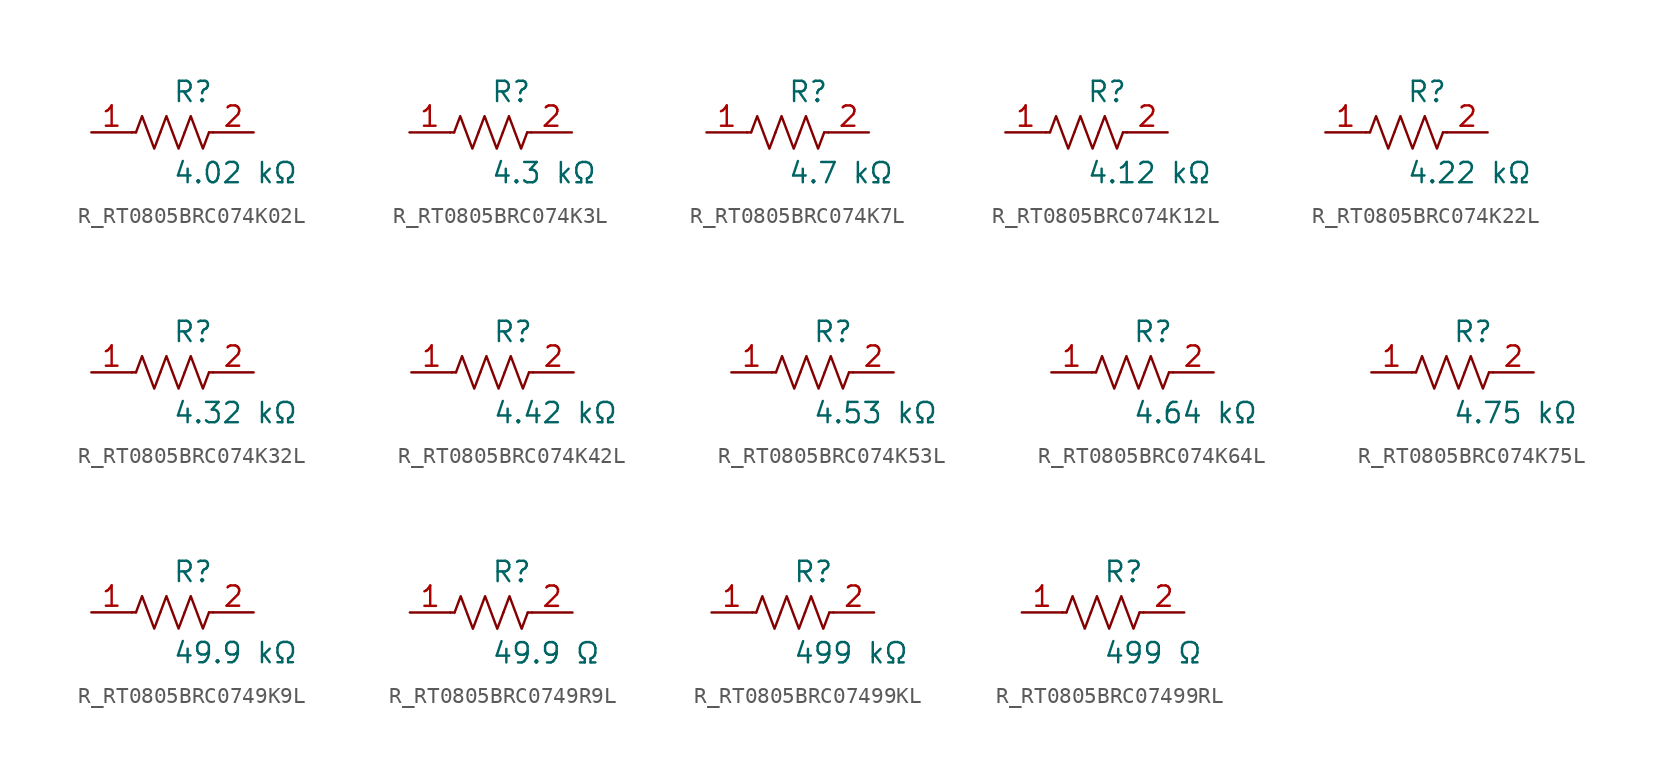
<source format=kicad_sym>
(kicad_symbol_lib
  (version 20231120)
  (generator kicad_symbol_editor)
  (generator_version 8.0)
  (symbol "R_RT0805BRC074K02L"
    (pin_names
      (offset 0.254))
    (property "Reference" "R"
      (at 0 2.54 0)
      (effects (font (size 1.27 1.27)) (justify left)))
    (property "Value" "4.02 kΩ"
      (at 0 -2.54 0)
      (effects (font (size 1.27 1.27)) (justify left)))
    (symbol "R_RT0805BRC074K02L_0_1"
      (polyline (pts (xy 2.286 0) (xy 2.54 0)) (stroke (width 0) (type default)) (fill (type none)))
      (polyline (pts (xy -2.286 0) (xy -2.54 0)) (stroke (width 0) (type default)) (fill (type none)))
      (polyline (pts (xy 0.762 0) (xy 1.143 1.016) (xy 1.524 0) (xy 1.905 -1.016) (xy 2.286 0)) (stroke (width 0) (type default)) (fill (type none)))
      (polyline (pts (xy -0.762 0) (xy -0.381 1.016) (xy 0 0) (xy 0.381 -1.016) (xy 0.762 0)) (stroke (width 0) (type default)) (fill (type none)))
      (polyline (pts (xy -2.286 0) (xy -1.905 1.016) (xy -1.524 0) (xy -1.143 -1.016) (xy -0.762 0)) (stroke (width 0) (type default)) (fill (type none))))
    (pin unspecified line
      (at -5.08 0 0)
      (length 2.54)
      (name "" (effects (font (size 1.27 1.27))))
      (number "1" (effects (font (size 1.27 1.27)))))
    (pin unspecified line
      (at 5.08 0 180)
      (length 2.54)
      (name "" (effects (font (size 1.27 1.27))))
      (number "2" (effects (font (size 1.27 1.27))))))
  (symbol "R_RT0805BRC074K3L"
    (pin_names
      (offset 0.254))
    (property "Reference" "R"
      (at 0 2.54 0)
      (effects (font (size 1.27 1.27)) (justify left)))
    (property "Value" "4.3 kΩ"
      (at 0 -2.54 0)
      (effects (font (size 1.27 1.27)) (justify left)))
    (symbol "R_RT0805BRC074K3L_0_1"
      (polyline (pts (xy 2.286 0) (xy 2.54 0)) (stroke (width 0) (type default)) (fill (type none)))
      (polyline (pts (xy -2.286 0) (xy -2.54 0)) (stroke (width 0) (type default)) (fill (type none)))
      (polyline (pts (xy 0.762 0) (xy 1.143 1.016) (xy 1.524 0) (xy 1.905 -1.016) (xy 2.286 0)) (stroke (width 0) (type default)) (fill (type none)))
      (polyline (pts (xy -0.762 0) (xy -0.381 1.016) (xy 0 0) (xy 0.381 -1.016) (xy 0.762 0)) (stroke (width 0) (type default)) (fill (type none)))
      (polyline (pts (xy -2.286 0) (xy -1.905 1.016) (xy -1.524 0) (xy -1.143 -1.016) (xy -0.762 0)) (stroke (width 0) (type default)) (fill (type none))))
    (pin unspecified line
      (at -5.08 0 0)
      (length 2.54)
      (name "" (effects (font (size 1.27 1.27))))
      (number "1" (effects (font (size 1.27 1.27)))))
    (pin unspecified line
      (at 5.08 0 180)
      (length 2.54)
      (name "" (effects (font (size 1.27 1.27))))
      (number "2" (effects (font (size 1.27 1.27))))))
  (symbol "R_RT0805BRC074K7L"
    (pin_names
      (offset 0.254))
    (property "Reference" "R"
      (at 0 2.54 0)
      (effects (font (size 1.27 1.27)) (justify left)))
    (property "Value" "4.7 kΩ"
      (at 0 -2.54 0)
      (effects (font (size 1.27 1.27)) (justify left)))
    (symbol "R_RT0805BRC074K7L_0_1"
      (polyline (pts (xy 2.286 0) (xy 2.54 0)) (stroke (width 0) (type default)) (fill (type none)))
      (polyline (pts (xy -2.286 0) (xy -2.54 0)) (stroke (width 0) (type default)) (fill (type none)))
      (polyline (pts (xy 0.762 0) (xy 1.143 1.016) (xy 1.524 0) (xy 1.905 -1.016) (xy 2.286 0)) (stroke (width 0) (type default)) (fill (type none)))
      (polyline (pts (xy -0.762 0) (xy -0.381 1.016) (xy 0 0) (xy 0.381 -1.016) (xy 0.762 0)) (stroke (width 0) (type default)) (fill (type none)))
      (polyline (pts (xy -2.286 0) (xy -1.905 1.016) (xy -1.524 0) (xy -1.143 -1.016) (xy -0.762 0)) (stroke (width 0) (type default)) (fill (type none))))
    (pin unspecified line
      (at -5.08 0 0)
      (length 2.54)
      (name "" (effects (font (size 1.27 1.27))))
      (number "1" (effects (font (size 1.27 1.27)))))
    (pin unspecified line
      (at 5.08 0 180)
      (length 2.54)
      (name "" (effects (font (size 1.27 1.27))))
      (number "2" (effects (font (size 1.27 1.27))))))
  (symbol "R_RT0805BRC074K12L"
    (pin_names
      (offset 0.254))
    (property "Reference" "R"
      (at 0 2.54 0)
      (effects (font (size 1.27 1.27)) (justify left)))
    (property "Value" "4.12 kΩ"
      (at 0 -2.54 0)
      (effects (font (size 1.27 1.27)) (justify left)))
    (symbol "R_RT0805BRC074K12L_0_1"
      (polyline (pts (xy 2.286 0) (xy 2.54 0)) (stroke (width 0) (type default)) (fill (type none)))
      (polyline (pts (xy -2.286 0) (xy -2.54 0)) (stroke (width 0) (type default)) (fill (type none)))
      (polyline (pts (xy 0.762 0) (xy 1.143 1.016) (xy 1.524 0) (xy 1.905 -1.016) (xy 2.286 0)) (stroke (width 0) (type default)) (fill (type none)))
      (polyline (pts (xy -0.762 0) (xy -0.381 1.016) (xy 0 0) (xy 0.381 -1.016) (xy 0.762 0)) (stroke (width 0) (type default)) (fill (type none)))
      (polyline (pts (xy -2.286 0) (xy -1.905 1.016) (xy -1.524 0) (xy -1.143 -1.016) (xy -0.762 0)) (stroke (width 0) (type default)) (fill (type none))))
    (pin unspecified line
      (at -5.08 0 0)
      (length 2.54)
      (name "" (effects (font (size 1.27 1.27))))
      (number "1" (effects (font (size 1.27 1.27)))))
    (pin unspecified line
      (at 5.08 0 180)
      (length 2.54)
      (name "" (effects (font (size 1.27 1.27))))
      (number "2" (effects (font (size 1.27 1.27))))))
  (symbol "R_RT0805BRC074K22L"
    (pin_names
      (offset 0.254))
    (property "Reference" "R"
      (at 0 2.54 0)
      (effects (font (size 1.27 1.27)) (justify left)))
    (property "Value" "4.22 kΩ"
      (at 0 -2.54 0)
      (effects (font (size 1.27 1.27)) (justify left)))
    (symbol "R_RT0805BRC074K22L_0_1"
      (polyline (pts (xy 2.286 0) (xy 2.54 0)) (stroke (width 0) (type default)) (fill (type none)))
      (polyline (pts (xy -2.286 0) (xy -2.54 0)) (stroke (width 0) (type default)) (fill (type none)))
      (polyline (pts (xy 0.762 0) (xy 1.143 1.016) (xy 1.524 0) (xy 1.905 -1.016) (xy 2.286 0)) (stroke (width 0) (type default)) (fill (type none)))
      (polyline (pts (xy -0.762 0) (xy -0.381 1.016) (xy 0 0) (xy 0.381 -1.016) (xy 0.762 0)) (stroke (width 0) (type default)) (fill (type none)))
      (polyline (pts (xy -2.286 0) (xy -1.905 1.016) (xy -1.524 0) (xy -1.143 -1.016) (xy -0.762 0)) (stroke (width 0) (type default)) (fill (type none))))
    (pin unspecified line
      (at -5.08 0 0)
      (length 2.54)
      (name "" (effects (font (size 1.27 1.27))))
      (number "1" (effects (font (size 1.27 1.27)))))
    (pin unspecified line
      (at 5.08 0 180)
      (length 2.54)
      (name "" (effects (font (size 1.27 1.27))))
      (number "2" (effects (font (size 1.27 1.27))))))
  (symbol "R_RT0805BRC074K32L"
    (pin_names
      (offset 0.254))
    (property "Reference" "R"
      (at 0 2.54 0)
      (effects (font (size 1.27 1.27)) (justify left)))
    (property "Value" "4.32 kΩ"
      (at 0 -2.54 0)
      (effects (font (size 1.27 1.27)) (justify left)))
    (symbol "R_RT0805BRC074K32L_0_1"
      (polyline (pts (xy 2.286 0) (xy 2.54 0)) (stroke (width 0) (type default)) (fill (type none)))
      (polyline (pts (xy -2.286 0) (xy -2.54 0)) (stroke (width 0) (type default)) (fill (type none)))
      (polyline (pts (xy 0.762 0) (xy 1.143 1.016) (xy 1.524 0) (xy 1.905 -1.016) (xy 2.286 0)) (stroke (width 0) (type default)) (fill (type none)))
      (polyline (pts (xy -0.762 0) (xy -0.381 1.016) (xy 0 0) (xy 0.381 -1.016) (xy 0.762 0)) (stroke (width 0) (type default)) (fill (type none)))
      (polyline (pts (xy -2.286 0) (xy -1.905 1.016) (xy -1.524 0) (xy -1.143 -1.016) (xy -0.762 0)) (stroke (width 0) (type default)) (fill (type none))))
    (pin unspecified line
      (at -5.08 0 0)
      (length 2.54)
      (name "" (effects (font (size 1.27 1.27))))
      (number "1" (effects (font (size 1.27 1.27)))))
    (pin unspecified line
      (at 5.08 0 180)
      (length 2.54)
      (name "" (effects (font (size 1.27 1.27))))
      (number "2" (effects (font (size 1.27 1.27))))))
  (symbol "R_RT0805BRC074K42L"
    (pin_names
      (offset 0.254))
    (property "Reference" "R"
      (at 0 2.54 0)
      (effects (font (size 1.27 1.27)) (justify left)))
    (property "Value" "4.42 kΩ"
      (at 0 -2.54 0)
      (effects (font (size 1.27 1.27)) (justify left)))
    (symbol "R_RT0805BRC074K42L_0_1"
      (polyline (pts (xy 2.286 0) (xy 2.54 0)) (stroke (width 0) (type default)) (fill (type none)))
      (polyline (pts (xy -2.286 0) (xy -2.54 0)) (stroke (width 0) (type default)) (fill (type none)))
      (polyline (pts (xy 0.762 0) (xy 1.143 1.016) (xy 1.524 0) (xy 1.905 -1.016) (xy 2.286 0)) (stroke (width 0) (type default)) (fill (type none)))
      (polyline (pts (xy -0.762 0) (xy -0.381 1.016) (xy 0 0) (xy 0.381 -1.016) (xy 0.762 0)) (stroke (width 0) (type default)) (fill (type none)))
      (polyline (pts (xy -2.286 0) (xy -1.905 1.016) (xy -1.524 0) (xy -1.143 -1.016) (xy -0.762 0)) (stroke (width 0) (type default)) (fill (type none))))
    (pin unspecified line
      (at -5.08 0 0)
      (length 2.54)
      (name "" (effects (font (size 1.27 1.27))))
      (number "1" (effects (font (size 1.27 1.27)))))
    (pin unspecified line
      (at 5.08 0 180)
      (length 2.54)
      (name "" (effects (font (size 1.27 1.27))))
      (number "2" (effects (font (size 1.27 1.27))))))
  (symbol "R_RT0805BRC074K53L"
    (pin_names
      (offset 0.254))
    (property "Reference" "R"
      (at 0 2.54 0)
      (effects (font (size 1.27 1.27)) (justify left)))
    (property "Value" "4.53 kΩ"
      (at 0 -2.54 0)
      (effects (font (size 1.27 1.27)) (justify left)))
    (symbol "R_RT0805BRC074K53L_0_1"
      (polyline (pts (xy 2.286 0) (xy 2.54 0)) (stroke (width 0) (type default)) (fill (type none)))
      (polyline (pts (xy -2.286 0) (xy -2.54 0)) (stroke (width 0) (type default)) (fill (type none)))
      (polyline (pts (xy 0.762 0) (xy 1.143 1.016) (xy 1.524 0) (xy 1.905 -1.016) (xy 2.286 0)) (stroke (width 0) (type default)) (fill (type none)))
      (polyline (pts (xy -0.762 0) (xy -0.381 1.016) (xy 0 0) (xy 0.381 -1.016) (xy 0.762 0)) (stroke (width 0) (type default)) (fill (type none)))
      (polyline (pts (xy -2.286 0) (xy -1.905 1.016) (xy -1.524 0) (xy -1.143 -1.016) (xy -0.762 0)) (stroke (width 0) (type default)) (fill (type none))))
    (pin unspecified line
      (at -5.08 0 0)
      (length 2.54)
      (name "" (effects (font (size 1.27 1.27))))
      (number "1" (effects (font (size 1.27 1.27)))))
    (pin unspecified line
      (at 5.08 0 180)
      (length 2.54)
      (name "" (effects (font (size 1.27 1.27))))
      (number "2" (effects (font (size 1.27 1.27))))))
  (symbol "R_RT0805BRC074K64L"
    (pin_names
      (offset 0.254))
    (property "Reference" "R"
      (at 0 2.54 0)
      (effects (font (size 1.27 1.27)) (justify left)))
    (property "Value" "4.64 kΩ"
      (at 0 -2.54 0)
      (effects (font (size 1.27 1.27)) (justify left)))
    (symbol "R_RT0805BRC074K64L_0_1"
      (polyline (pts (xy 2.286 0) (xy 2.54 0)) (stroke (width 0) (type default)) (fill (type none)))
      (polyline (pts (xy -2.286 0) (xy -2.54 0)) (stroke (width 0) (type default)) (fill (type none)))
      (polyline (pts (xy 0.762 0) (xy 1.143 1.016) (xy 1.524 0) (xy 1.905 -1.016) (xy 2.286 0)) (stroke (width 0) (type default)) (fill (type none)))
      (polyline (pts (xy -0.762 0) (xy -0.381 1.016) (xy 0 0) (xy 0.381 -1.016) (xy 0.762 0)) (stroke (width 0) (type default)) (fill (type none)))
      (polyline (pts (xy -2.286 0) (xy -1.905 1.016) (xy -1.524 0) (xy -1.143 -1.016) (xy -0.762 0)) (stroke (width 0) (type default)) (fill (type none))))
    (pin unspecified line
      (at -5.08 0 0)
      (length 2.54)
      (name "" (effects (font (size 1.27 1.27))))
      (number "1" (effects (font (size 1.27 1.27)))))
    (pin unspecified line
      (at 5.08 0 180)
      (length 2.54)
      (name "" (effects (font (size 1.27 1.27))))
      (number "2" (effects (font (size 1.27 1.27))))))
  (symbol "R_RT0805BRC074K75L"
    (pin_names
      (offset 0.254))
    (property "Reference" "R"
      (at 0 2.54 0)
      (effects (font (size 1.27 1.27)) (justify left)))
    (property "Value" "4.75 kΩ"
      (at 0 -2.54 0)
      (effects (font (size 1.27 1.27)) (justify left)))
    (symbol "R_RT0805BRC074K75L_0_1"
      (polyline (pts (xy 2.286 0) (xy 2.54 0)) (stroke (width 0) (type default)) (fill (type none)))
      (polyline (pts (xy -2.286 0) (xy -2.54 0)) (stroke (width 0) (type default)) (fill (type none)))
      (polyline (pts (xy 0.762 0) (xy 1.143 1.016) (xy 1.524 0) (xy 1.905 -1.016) (xy 2.286 0)) (stroke (width 0) (type default)) (fill (type none)))
      (polyline (pts (xy -0.762 0) (xy -0.381 1.016) (xy 0 0) (xy 0.381 -1.016) (xy 0.762 0)) (stroke (width 0) (type default)) (fill (type none)))
      (polyline (pts (xy -2.286 0) (xy -1.905 1.016) (xy -1.524 0) (xy -1.143 -1.016) (xy -0.762 0)) (stroke (width 0) (type default)) (fill (type none))))
    (pin unspecified line
      (at -5.08 0 0)
      (length 2.54)
      (name "" (effects (font (size 1.27 1.27))))
      (number "1" (effects (font (size 1.27 1.27)))))
    (pin unspecified line
      (at 5.08 0 180)
      (length 2.54)
      (name "" (effects (font (size 1.27 1.27))))
      (number "2" (effects (font (size 1.27 1.27))))))
  (symbol "R_RT0805BRC0749K9L"
    (pin_names
      (offset 0.254))
    (property "Reference" "R"
      (at 0 2.54 0)
      (effects (font (size 1.27 1.27)) (justify left)))
    (property "Value" "49.9 kΩ"
      (at 0 -2.54 0)
      (effects (font (size 1.27 1.27)) (justify left)))
    (symbol "R_RT0805BRC0749K9L_0_1"
      (polyline (pts (xy 2.286 0) (xy 2.54 0)) (stroke (width 0) (type default)) (fill (type none)))
      (polyline (pts (xy -2.286 0) (xy -2.54 0)) (stroke (width 0) (type default)) (fill (type none)))
      (polyline (pts (xy 0.762 0) (xy 1.143 1.016) (xy 1.524 0) (xy 1.905 -1.016) (xy 2.286 0)) (stroke (width 0) (type default)) (fill (type none)))
      (polyline (pts (xy -0.762 0) (xy -0.381 1.016) (xy 0 0) (xy 0.381 -1.016) (xy 0.762 0)) (stroke (width 0) (type default)) (fill (type none)))
      (polyline (pts (xy -2.286 0) (xy -1.905 1.016) (xy -1.524 0) (xy -1.143 -1.016) (xy -0.762 0)) (stroke (width 0) (type default)) (fill (type none))))
    (pin unspecified line
      (at -5.08 0 0)
      (length 2.54)
      (name "" (effects (font (size 1.27 1.27))))
      (number "1" (effects (font (size 1.27 1.27)))))
    (pin unspecified line
      (at 5.08 0 180)
      (length 2.54)
      (name "" (effects (font (size 1.27 1.27))))
      (number "2" (effects (font (size 1.27 1.27))))))
  (symbol "R_RT0805BRC0749R9L"
    (pin_names
      (offset 0.254))
    (property "Reference" "R"
      (at 0 2.54 0)
      (effects (font (size 1.27 1.27)) (justify left)))
    (property "Value" "49.9 Ω"
      (at 0 -2.54 0)
      (effects (font (size 1.27 1.27)) (justify left)))
    (symbol "R_RT0805BRC0749R9L_0_1"
      (polyline (pts (xy 2.286 0) (xy 2.54 0)) (stroke (width 0) (type default)) (fill (type none)))
      (polyline (pts (xy -2.286 0) (xy -2.54 0)) (stroke (width 0) (type default)) (fill (type none)))
      (polyline (pts (xy 0.762 0) (xy 1.143 1.016) (xy 1.524 0) (xy 1.905 -1.016) (xy 2.286 0)) (stroke (width 0) (type default)) (fill (type none)))
      (polyline (pts (xy -0.762 0) (xy -0.381 1.016) (xy 0 0) (xy 0.381 -1.016) (xy 0.762 0)) (stroke (width 0) (type default)) (fill (type none)))
      (polyline (pts (xy -2.286 0) (xy -1.905 1.016) (xy -1.524 0) (xy -1.143 -1.016) (xy -0.762 0)) (stroke (width 0) (type default)) (fill (type none))))
    (pin unspecified line
      (at -5.08 0 0)
      (length 2.54)
      (name "" (effects (font (size 1.27 1.27))))
      (number "1" (effects (font (size 1.27 1.27)))))
    (pin unspecified line
      (at 5.08 0 180)
      (length 2.54)
      (name "" (effects (font (size 1.27 1.27))))
      (number "2" (effects (font (size 1.27 1.27))))))
  (symbol "R_RT0805BRC07499KL"
    (pin_names
      (offset 0.254))
    (property "Reference" "R"
      (at 0 2.54 0)
      (effects (font (size 1.27 1.27)) (justify left)))
    (property "Value" "499 kΩ"
      (at 0 -2.54 0)
      (effects (font (size 1.27 1.27)) (justify left)))
    (symbol "R_RT0805BRC07499KL_0_1"
      (polyline (pts (xy 2.286 0) (xy 2.54 0)) (stroke (width 0) (type default)) (fill (type none)))
      (polyline (pts (xy -2.286 0) (xy -2.54 0)) (stroke (width 0) (type default)) (fill (type none)))
      (polyline (pts (xy 0.762 0) (xy 1.143 1.016) (xy 1.524 0) (xy 1.905 -1.016) (xy 2.286 0)) (stroke (width 0) (type default)) (fill (type none)))
      (polyline (pts (xy -0.762 0) (xy -0.381 1.016) (xy 0 0) (xy 0.381 -1.016) (xy 0.762 0)) (stroke (width 0) (type default)) (fill (type none)))
      (polyline (pts (xy -2.286 0) (xy -1.905 1.016) (xy -1.524 0) (xy -1.143 -1.016) (xy -0.762 0)) (stroke (width 0) (type default)) (fill (type none))))
    (pin unspecified line
      (at -5.08 0 0)
      (length 2.54)
      (name "" (effects (font (size 1.27 1.27))))
      (number "1" (effects (font (size 1.27 1.27)))))
    (pin unspecified line
      (at 5.08 0 180)
      (length 2.54)
      (name "" (effects (font (size 1.27 1.27))))
      (number "2" (effects (font (size 1.27 1.27))))))
  (symbol "R_RT0805BRC07499RL"
    (pin_names
      (offset 0.254))
    (property "Reference" "R"
      (at 0 2.54 0)
      (effects (font (size 1.27 1.27)) (justify left)))
    (property "Value" "499 Ω"
      (at 0 -2.54 0)
      (effects (font (size 1.27 1.27)) (justify left)))
    (symbol "R_RT0805BRC07499RL_0_1"
      (polyline (pts (xy 2.286 0) (xy 2.54 0)) (stroke (width 0) (type default)) (fill (type none)))
      (polyline (pts (xy -2.286 0) (xy -2.54 0)) (stroke (width 0) (type default)) (fill (type none)))
      (polyline (pts (xy 0.762 0) (xy 1.143 1.016) (xy 1.524 0) (xy 1.905 -1.016) (xy 2.286 0)) (stroke (width 0) (type default)) (fill (type none)))
      (polyline (pts (xy -0.762 0) (xy -0.381 1.016) (xy 0 0) (xy 0.381 -1.016) (xy 0.762 0)) (stroke (width 0) (type default)) (fill (type none)))
      (polyline (pts (xy -2.286 0) (xy -1.905 1.016) (xy -1.524 0) (xy -1.143 -1.016) (xy -0.762 0)) (stroke (width 0) (type default)) (fill (type none))))
    (pin unspecified line
      (at -5.08 0 0)
      (length 2.54)
      (name "" (effects (font (size 1.27 1.27))))
      (number "1" (effects (font (size 1.27 1.27)))))
    (pin unspecified line
      (at 5.08 0 180)
      (length 2.54)
      (name "" (effects (font (size 1.27 1.27))))
      (number "2" (effects (font (size 1.27 1.27)))))))
</source>
